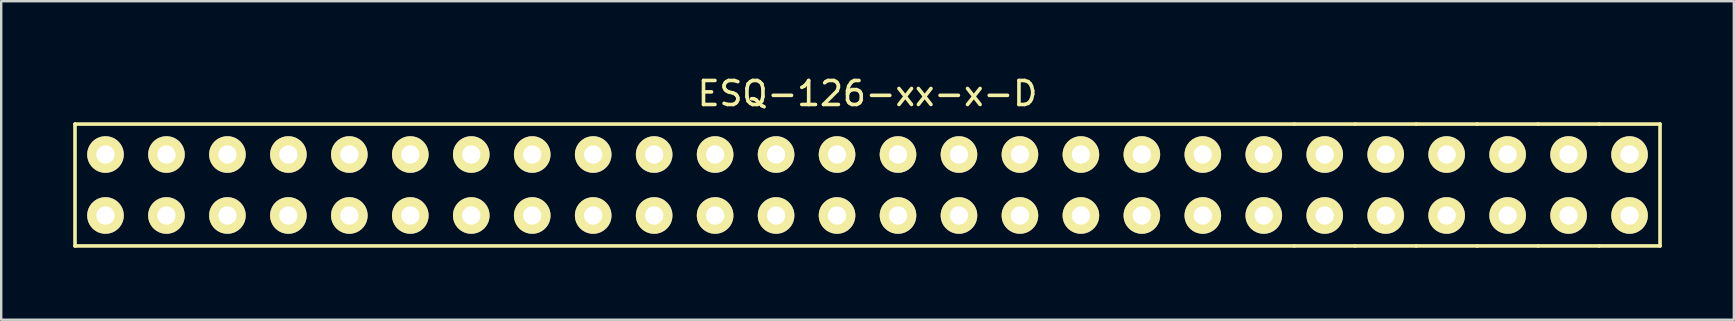
<source format=kicad_pcb>
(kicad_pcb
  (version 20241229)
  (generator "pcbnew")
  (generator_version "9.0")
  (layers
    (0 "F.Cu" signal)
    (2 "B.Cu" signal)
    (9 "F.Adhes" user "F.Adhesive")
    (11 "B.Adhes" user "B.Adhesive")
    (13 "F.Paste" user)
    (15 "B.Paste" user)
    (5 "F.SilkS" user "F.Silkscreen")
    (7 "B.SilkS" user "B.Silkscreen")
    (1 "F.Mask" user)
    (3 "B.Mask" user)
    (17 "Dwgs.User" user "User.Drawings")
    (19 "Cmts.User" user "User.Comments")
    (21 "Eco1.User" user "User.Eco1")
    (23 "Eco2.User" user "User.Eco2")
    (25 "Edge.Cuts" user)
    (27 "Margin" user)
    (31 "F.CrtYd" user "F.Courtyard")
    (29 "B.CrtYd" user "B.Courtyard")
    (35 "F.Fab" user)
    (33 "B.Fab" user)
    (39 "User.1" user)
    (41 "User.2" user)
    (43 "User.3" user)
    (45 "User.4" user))
  (footprint "ESQ-126-xx-x-D"
    (layer "F.Cu")
    (at 33.095 4.658)
    (property "Reference" "ESQ-126-xx-x-D" (at 0 -3.81 0) (layer "F.SilkS") (effects (font (size 1 1) (thickness 0.15))))
    (attr through_hole)
    (fp_line (start -33.02 -2.54) (end 17.78 -2.54) (stroke (width 0.15) (type solid)) (layer "F.SilkS"))
    (fp_line (start -33.02 2.54) (end -33.02 -2.54) (stroke (width 0.15) (type solid)) (layer "F.SilkS"))
    (fp_line (start 17.78 -2.54) (end 20.32 -2.54) (stroke (width 0.15) (type solid)) (layer "F.SilkS"))
    (fp_line (start 17.78 2.54) (end -33.02 2.54) (stroke (width 0.15) (type solid)) (layer "F.SilkS"))
    (fp_line (start 20.32 -2.54) (end 22.86 -2.54) (stroke (width 0.15) (type solid)) (layer "F.SilkS"))
    (fp_line (start 20.32 2.54) (end 17.78 2.54) (stroke (width 0.15) (type solid)) (layer "F.SilkS"))
    (fp_line (start 22.86 -2.54) (end 25.4 -2.54) (stroke (width 0.15) (type solid)) (layer "F.SilkS"))
    (fp_line (start 22.86 2.54) (end 20.32 2.54) (stroke (width 0.15) (type solid)) (layer "F.SilkS"))
    (fp_line (start 25.4 -2.54) (end 27.94 -2.54) (stroke (width 0.15) (type solid)) (layer "F.SilkS"))
    (fp_line (start 25.4 2.54) (end 22.86 2.54) (stroke (width 0.15) (type solid)) (layer "F.SilkS"))
    (fp_line (start 27.94 -2.54) (end 30.48 -2.54) (stroke (width 0.15) (type solid)) (layer "F.SilkS"))
    (fp_line (start 27.94 2.54) (end 25.4 2.54) (stroke (width 0.15) (type solid)) (layer "F.SilkS"))
    (fp_line (start 30.48 -2.54) (end 33.02 -2.54) (stroke (width 0.15) (type solid)) (layer "F.SilkS"))
    (fp_line (start 30.48 2.54) (end 27.94 2.54) (stroke (width 0.15) (type solid)) (layer "F.SilkS"))
    (fp_line (start 33.02 -2.54) (end 33.02 2.54) (stroke (width 0.15) (type solid)) (layer "F.SilkS"))
    (fp_line (start 33.02 2.54) (end 30.48 2.54) (stroke (width 0.15) (type solid)) (layer "F.SilkS"))
    (pad "1" thru_hole circle (at -31.75 -1.27) (size 1.524 1.524) (drill 0.762) (layers "*.Mask" "B.Cu" "F.SilkS"))
    (pad "2" thru_hole circle (at -31.75 1.27) (size 1.524 1.524) (drill 0.762) (layers "*.Mask" "B.Cu" "F.SilkS"))
    (pad "3" thru_hole circle (at -29.21 -1.27) (size 1.524 1.524) (drill 0.762) (layers "*.Mask" "B.Cu" "F.SilkS"))
    (pad "4" thru_hole circle (at -29.21 1.27) (size 1.524 1.524) (drill 0.762) (layers "*.Mask" "B.Cu" "F.SilkS"))
    (pad "5" thru_hole circle (at -26.67 -1.27) (size 1.524 1.524) (drill 0.762) (layers "*.Mask" "B.Cu" "F.SilkS"))
    (pad "6" thru_hole circle (at -26.67 1.27) (size 1.524 1.524) (drill 0.762) (layers "*.Mask" "B.Cu" "F.SilkS"))
    (pad "7" thru_hole circle (at -24.13 -1.27) (size 1.524 1.524) (drill 0.762) (layers "*.Mask" "B.Cu" "F.SilkS"))
    (pad "8" thru_hole circle (at -24.13 1.27) (size 1.524 1.524) (drill 0.762) (layers "*.Mask" "B.Cu" "F.SilkS"))
    (pad "9" thru_hole circle (at -21.59 -1.27) (size 1.524 1.524) (drill 0.762) (layers "*.Mask" "B.Cu" "F.SilkS"))
    (pad "10" thru_hole circle (at -21.59 1.27) (size 1.524 1.524) (drill 0.762) (layers "*.Mask" "B.Cu" "F.SilkS"))
    (pad "11" thru_hole circle (at -19.05 -1.27) (size 1.524 1.524) (drill 0.762) (layers "*.Mask" "B.Cu" "F.SilkS"))
    (pad "12" thru_hole circle (at -19.05 1.27) (size 1.524 1.524) (drill 0.762) (layers "*.Mask" "B.Cu" "F.SilkS"))
    (pad "13" thru_hole circle (at -16.51 -1.27) (size 1.524 1.524) (drill 0.762) (layers "*.Mask" "B.Cu" "F.SilkS"))
    (pad "14" thru_hole circle (at -16.51 1.27) (size 1.524 1.524) (drill 0.762) (layers "*.Mask" "B.Cu" "F.SilkS"))
    (pad "15" thru_hole circle (at -13.97 -1.27) (size 1.524 1.524) (drill 0.762) (layers "*.Mask" "B.Cu" "F.SilkS"))
    (pad "16" thru_hole circle (at -13.97 1.27) (size 1.524 1.524) (drill 0.762) (layers "*.Mask" "B.Cu" "F.SilkS"))
    (pad "17" thru_hole circle (at -11.43 -1.27) (size 1.524 1.524) (drill 0.762) (layers "*.Mask" "B.Cu" "F.SilkS"))
    (pad "18" thru_hole circle (at -11.43 1.27) (size 1.524 1.524) (drill 0.762) (layers "*.Mask" "B.Cu" "F.SilkS"))
    (pad "19" thru_hole circle (at -8.89 -1.27) (size 1.524 1.524) (drill 0.762) (layers "*.Mask" "B.Cu" "F.SilkS"))
    (pad "20" thru_hole circle (at -8.89 1.27) (size 1.524 1.524) (drill 0.762) (layers "*.Mask" "B.Cu" "F.SilkS"))
    (pad "21" thru_hole circle (at -6.35 -1.27) (size 1.524 1.524) (drill 0.762) (layers "*.Mask" "B.Cu" "F.SilkS"))
    (pad "22" thru_hole circle (at -6.35 1.27) (size 1.524 1.524) (drill 0.762) (layers "*.Mask" "B.Cu" "F.SilkS"))
    (pad "23" thru_hole circle (at -3.81 -1.27) (size 1.524 1.524) (drill 0.762) (layers "*.Mask" "B.Cu" "F.SilkS"))
    (pad "24" thru_hole circle (at -3.81 1.27) (size 1.524 1.524) (drill 0.762) (layers "*.Mask" "B.Cu" "F.SilkS"))
    (pad "25" thru_hole circle (at -1.27 -1.27) (size 1.524 1.524) (drill 0.762) (layers "*.Mask" "B.Cu" "F.SilkS"))
    (pad "26" thru_hole circle (at -1.27 1.27) (size 1.524 1.524) (drill 0.762) (layers "*.Mask" "B.Cu" "F.SilkS"))
    (pad "27" thru_hole circle (at 1.27 -1.27) (size 1.524 1.524) (drill 0.762) (layers "*.Mask" "B.Cu" "F.SilkS"))
    (pad "28" thru_hole circle (at 1.27 1.27) (size 1.524 1.524) (drill 0.762) (layers "*.Mask" "B.Cu" "F.SilkS"))
    (pad "29" thru_hole circle (at 3.81 -1.27) (size 1.524 1.524) (drill 0.762) (layers "*.Mask" "B.Cu" "F.SilkS"))
    (pad "30" thru_hole circle (at 3.81 1.27) (size 1.524 1.524) (drill 0.762) (layers "*.Mask" "B.Cu" "F.SilkS"))
    (pad "31" thru_hole circle (at 6.35 -1.27) (size 1.524 1.524) (drill 0.762) (layers "*.Mask" "B.Cu" "F.SilkS"))
    (pad "32" thru_hole circle (at 6.35 1.27) (size 1.524 1.524) (drill 0.762) (layers "*.Mask" "B.Cu" "F.SilkS"))
    (pad "33" thru_hole circle (at 8.89 -1.27) (size 1.524 1.524) (drill 0.762) (layers "*.Mask" "B.Cu" "F.SilkS"))
    (pad "34" thru_hole circle (at 8.89 1.27) (size 1.524 1.524) (drill 0.762) (layers "*.Mask" "B.Cu" "F.SilkS"))
    (pad "35" thru_hole circle (at 11.43 -1.27) (size 1.524 1.524) (drill 0.762) (layers "*.Mask" "B.Cu" "F.SilkS"))
    (pad "36" thru_hole circle (at 11.43 1.27) (size 1.524 1.524) (drill 0.762) (layers "*.Mask" "B.Cu" "F.SilkS"))
    (pad "37" thru_hole circle (at 13.97 -1.27) (size 1.524 1.524) (drill 0.762) (layers "*.Mask" "B.Cu" "F.SilkS"))
    (pad "38" thru_hole circle (at 13.97 1.27) (size 1.524 1.524) (drill 0.762) (layers "*.Mask" "B.Cu" "F.SilkS"))
    (pad "39" thru_hole circle (at 16.51 -1.27) (size 1.524 1.524) (drill 0.762) (layers "*.Mask" "B.Cu" "F.SilkS"))
    (pad "40" thru_hole circle (at 16.51 1.27) (size 1.524 1.524) (drill 0.762) (layers "*.Mask" "B.Cu" "F.SilkS"))
    (pad "41" thru_hole circle (at 19.05 -1.27) (size 1.524 1.524) (drill 0.762) (layers "*.Mask" "B.Cu" "F.SilkS"))
    (pad "42" thru_hole circle (at 19.05 1.27) (size 1.524 1.524) (drill 0.762) (layers "*.Mask" "B.Cu" "F.SilkS"))
    (pad "43" thru_hole circle (at 21.59 -1.27) (size 1.524 1.524) (drill 0.762) (layers "*.Mask" "B.Cu" "F.SilkS"))
    (pad "44" thru_hole circle (at 21.59 1.27) (size 1.524 1.524) (drill 0.762) (layers "*.Mask" "B.Cu" "F.SilkS"))
    (pad "45" thru_hole circle (at 24.13 -1.27) (size 1.524 1.524) (drill 0.762) (layers "*.Mask" "B.Cu" "F.SilkS"))
    (pad "46" thru_hole circle (at 24.13 1.27) (size 1.524 1.524) (drill 0.762) (layers "*.Mask" "B.Cu" "F.SilkS"))
    (pad "47" thru_hole circle (at 26.67 -1.27) (size 1.524 1.524) (drill 0.762) (layers "*.Mask" "B.Cu" "F.SilkS"))
    (pad "48" thru_hole circle (at 26.67 1.27) (size 1.524 1.524) (drill 0.762) (layers "*.Mask" "B.Cu" "F.SilkS"))
    (pad "49" thru_hole circle (at 29.21 -1.27) (size 1.524 1.524) (drill 0.762) (layers "*.Mask" "B.Cu" "F.SilkS"))
    (pad "50" thru_hole circle (at 29.21 1.27) (size 1.524 1.524) (drill 0.762) (layers "*.Mask" "B.Cu" "F.SilkS"))
    (pad "51" thru_hole circle (at 31.75 -1.27) (size 1.524 1.524) (drill 0.762) (layers "*.Mask" "B.Cu" "F.SilkS"))
    (pad "52" thru_hole circle (at 31.75 1.27) (size 1.524 1.524) (drill 0.762) (layers "*.Mask" "B.Cu" "F.SilkS")))
  (gr_rect
    (start -3 -3)
    (end 69.19 10.273)
    (stroke (width 0.1) (type default))
    (fill no)
    (layer "Edge.Cuts")))
</source>
